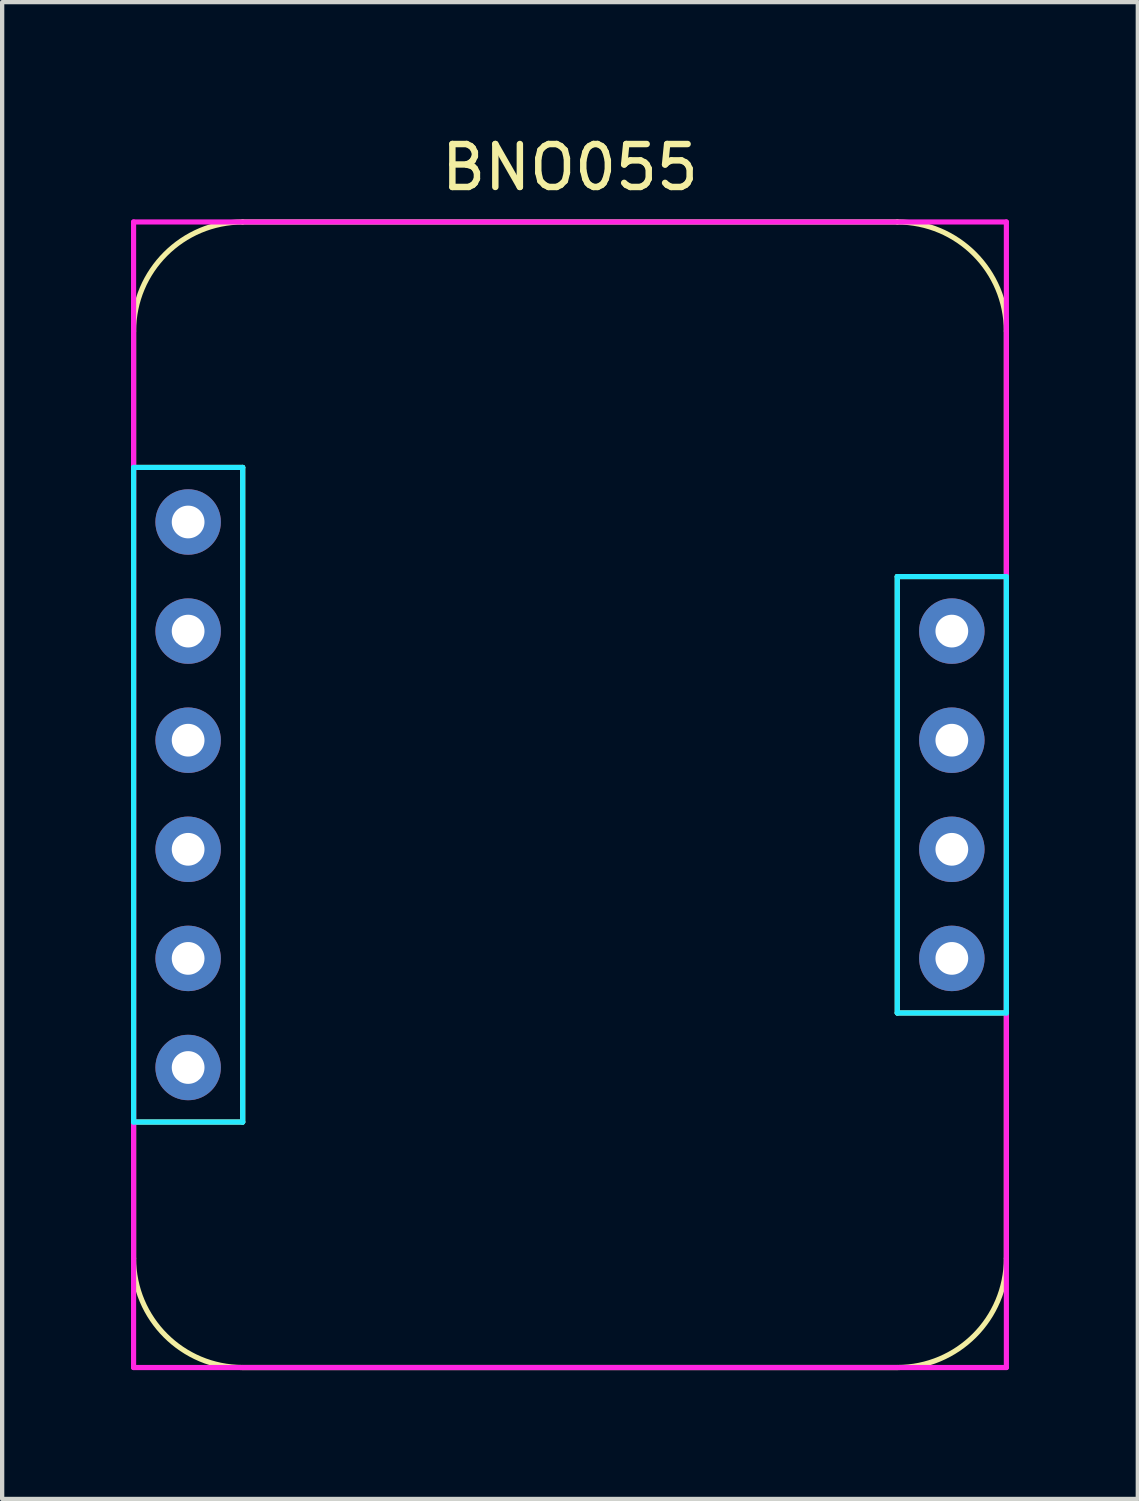
<source format=kicad_pcb>
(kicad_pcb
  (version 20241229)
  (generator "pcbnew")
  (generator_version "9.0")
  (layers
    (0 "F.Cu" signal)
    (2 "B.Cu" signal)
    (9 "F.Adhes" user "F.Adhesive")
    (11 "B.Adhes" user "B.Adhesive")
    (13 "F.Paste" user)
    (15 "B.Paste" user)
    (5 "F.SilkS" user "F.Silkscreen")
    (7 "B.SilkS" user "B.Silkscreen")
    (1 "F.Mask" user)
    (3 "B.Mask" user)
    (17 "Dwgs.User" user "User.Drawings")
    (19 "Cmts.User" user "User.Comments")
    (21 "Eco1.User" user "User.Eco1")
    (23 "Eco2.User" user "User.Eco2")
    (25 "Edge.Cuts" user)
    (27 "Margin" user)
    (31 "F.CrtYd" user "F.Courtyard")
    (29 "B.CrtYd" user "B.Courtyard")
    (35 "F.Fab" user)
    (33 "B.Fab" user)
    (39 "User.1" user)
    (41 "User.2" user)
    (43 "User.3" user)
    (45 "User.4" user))
  (footprint "BNO055"
    (layer "F.Cu")
    (at 10.22 15.453)
    (property "Reference" "BNO055" (at 0 -14.605 0) (layer "F.SilkS") (effects (font (size 1 1) (thickness 0.15))))
    (attr through_hole)
    (fp_line (start -10.16 7.62) (end -7.62 7.62) (stroke (width 0.12) (type solid)) (layer "F.SilkS"))
    (fp_line (start -10.16 10.795) (end -10.16 -10.795) (stroke (width 0.12) (type solid)) (layer "F.SilkS"))
    (fp_line (start -7.62 -13.335) (end 7.62 -13.335) (stroke (width 0.12) (type solid)) (layer "F.SilkS"))
    (fp_line (start -7.62 -7.62) (end -10.16 -7.62) (stroke (width 0.12) (type solid)) (layer "F.SilkS"))
    (fp_line (start -7.62 7.62) (end -7.62 -7.62) (stroke (width 0.12) (type solid)) (layer "F.SilkS"))
    (fp_line (start -7.62 13.335) (end 7.62 13.335) (stroke (width 0.12) (type solid)) (layer "F.SilkS"))
    (fp_line (start 7.62 -5.08) (end 7.62 5.08) (stroke (width 0.12) (type solid)) (layer "F.SilkS"))
    (fp_line (start 7.62 5.08) (end 10.16 5.08) (stroke (width 0.12) (type solid)) (layer "F.SilkS"))
    (fp_line (start 10.16 -10.795) (end 10.16 10.795) (stroke (width 0.12) (type solid)) (layer "F.SilkS"))
    (fp_line (start 10.16 -5.08) (end 7.62 -5.08) (stroke (width 0.12) (type solid)) (layer "F.SilkS"))
    (fp_arc (start -10.16 -10.795) (mid -9.416051 -12.591051) (end -7.62 -13.335) (stroke (width 0.12) (type solid)) (layer "F.SilkS"))
    (fp_arc (start -7.62 13.335) (mid -9.416051 12.591051) (end -10.16 10.795) (stroke (width 0.12) (type solid)) (layer "F.SilkS"))
    (fp_arc (start 7.62 -13.335) (mid 9.416051 -12.591051) (end 10.16 -10.795) (stroke (width 0.12) (type solid)) (layer "F.SilkS"))
    (fp_arc (start 10.16 10.795) (mid 9.416051 12.591051) (end 7.62 13.335) (stroke (width 0.12) (type solid)) (layer "F.SilkS"))
    (fp_line (start -10.16 -7.62) (end -7.62 -7.62) (stroke (width 0.12) (type solid)) (layer "B.CrtYd"))
    (fp_line (start -10.16 7.62) (end -10.16 -7.62) (stroke (width 0.12) (type solid)) (layer "B.CrtYd"))
    (fp_line (start -7.62 -7.62) (end -7.62 7.62) (stroke (width 0.12) (type solid)) (layer "B.CrtYd"))
    (fp_line (start -7.62 7.62) (end -10.16 7.62) (stroke (width 0.12) (type solid)) (layer "B.CrtYd"))
    (fp_line (start 7.62 -5.08) (end 10.16 -5.08) (stroke (width 0.12) (type solid)) (layer "B.CrtYd"))
    (fp_line (start 7.62 5.08) (end 7.62 -5.08) (stroke (width 0.12) (type solid)) (layer "B.CrtYd"))
    (fp_line (start 10.16 -5.08) (end 10.16 5.08) (stroke (width 0.12) (type solid)) (layer "B.CrtYd"))
    (fp_line (start 10.16 5.08) (end 7.62 5.08) (stroke (width 0.12) (type solid)) (layer "B.CrtYd"))
    (fp_line (start -10.16 -13.335) (end -10.16 13.335) (stroke (width 0.12) (type solid)) (layer "F.CrtYd"))
    (fp_line (start -10.16 13.335) (end 10.16 13.335) (stroke (width 0.12) (type solid)) (layer "F.CrtYd"))
    (fp_line (start 10.16 -13.335) (end -10.16 -13.335) (stroke (width 0.12) (type solid)) (layer "F.CrtYd"))
    (fp_line (start 10.16 13.335) (end 10.16 -13.335) (stroke (width 0.12) (type solid)) (layer "F.CrtYd"))
    (pad "1" thru_hole circle (at -8.89 -6.35) (size 1.524 1.524) (drill 0.762) (layers "*.Cu" "*.Mask"))
    (pad "2" thru_hole circle (at -8.89 -3.81) (size 1.524 1.524) (drill 0.762) (layers "*.Cu" "*.Mask"))
    (pad "3" thru_hole circle (at -8.89 -1.27) (size 1.524 1.524) (drill 0.762) (layers "*.Cu" "*.Mask"))
    (pad "4" thru_hole circle (at -8.89 1.27) (size 1.524 1.524) (drill 0.762) (layers "*.Cu" "*.Mask"))
    (pad "5" thru_hole circle (at -8.89 3.81) (size 1.524 1.524) (drill 0.762) (layers "*.Cu" "*.Mask"))
    (pad "6" thru_hole circle (at -8.89 6.35) (size 1.524 1.524) (drill 0.762) (layers "*.Cu" "*.Mask"))
    (pad "7" thru_hole circle (at 8.89 3.81) (size 1.524 1.524) (drill 0.762) (layers "*.Cu" "*.Mask"))
    (pad "8" thru_hole circle (at 8.89 1.27) (size 1.524 1.524) (drill 0.762) (layers "*.Cu" "*.Mask"))
    (pad "9" thru_hole circle (at 8.89 -1.27) (size 1.524 1.524) (drill 0.762) (layers "*.Cu" "*.Mask"))
    (pad "10" thru_hole circle (at 8.89 -3.81) (size 1.524 1.524) (drill 0.762) (layers "*.Cu" "*.Mask")))
  (gr_rect
    (start -3 -3)
    (end 23.44 31.848)
    (stroke (width 0.1) (type default))
    (fill no)
    (layer "Edge.Cuts")))
</source>
